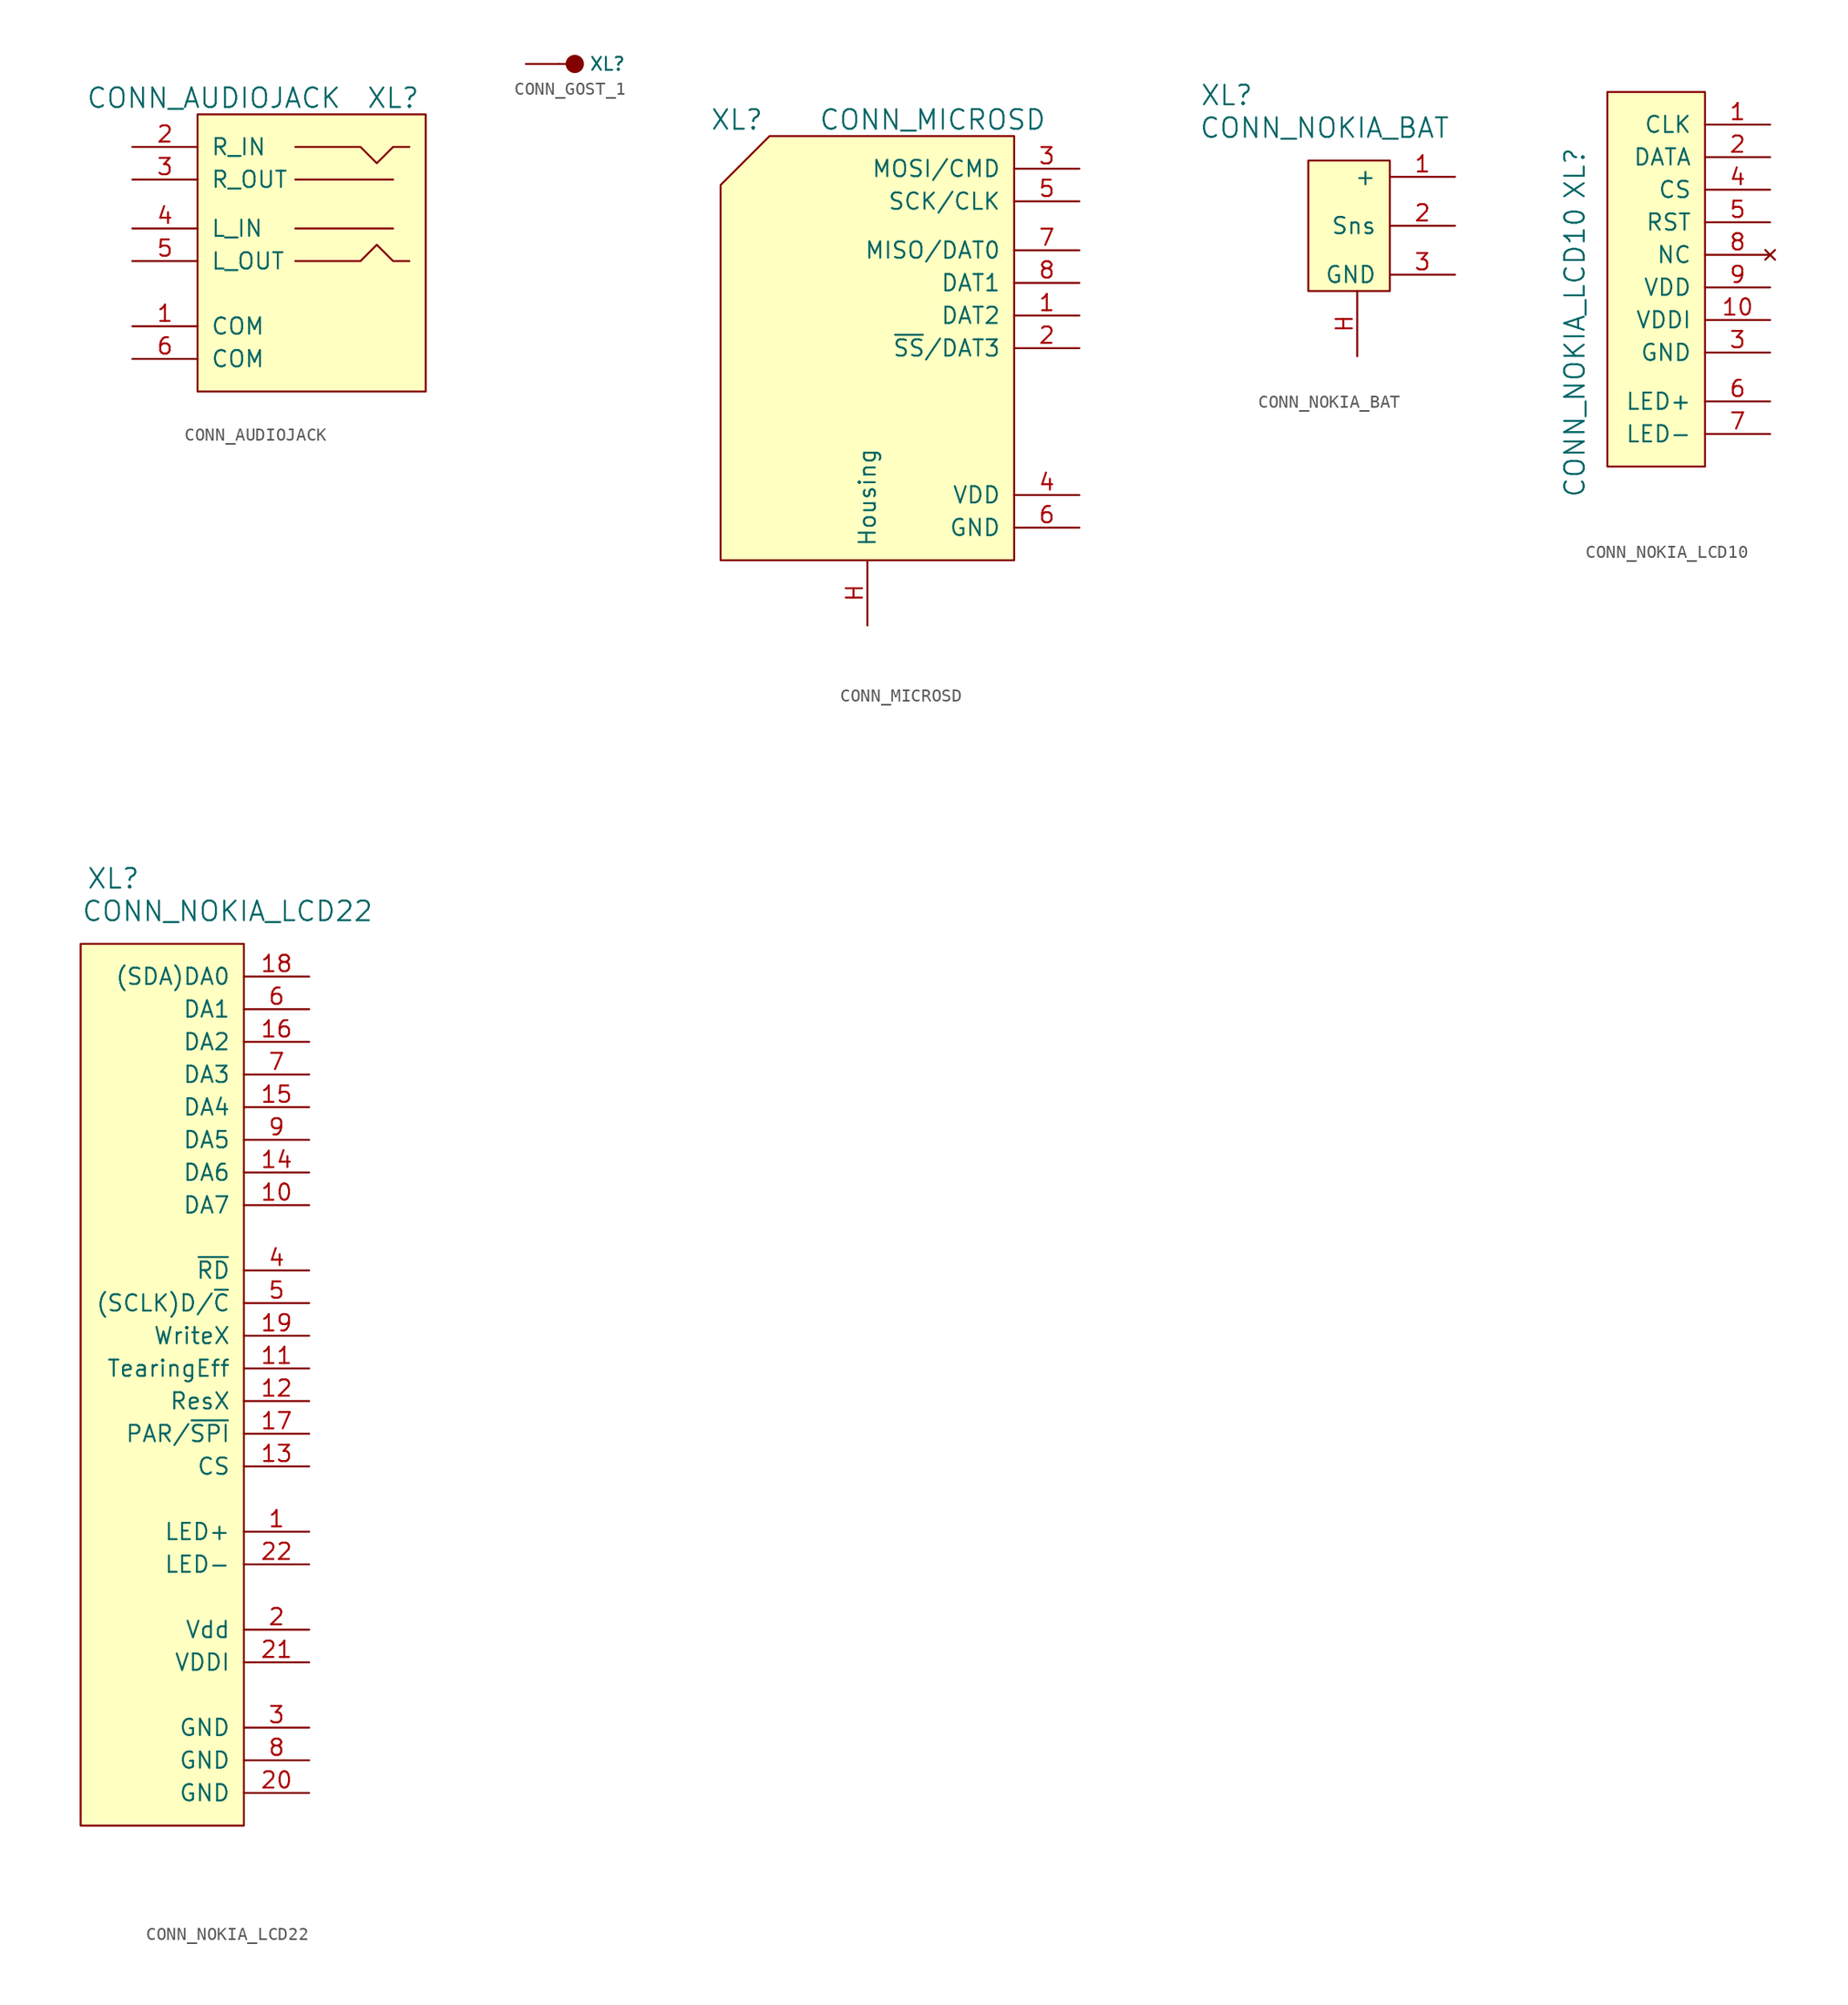
<source format=kicad_sym>
(kicad_symbol_lib
  (version 20201005)
  (generator kicad_symbol_editor)
  (symbol "Connectors_kl:CONN_AUDIOJACK"
    (pin_names
      (offset 1.016))
    (property "Reference" "XL"
      (at 10.16 11.43 0)
      (effects (font (size 1.524 1.524))))
    (property "Value" "CONN_AUDIOJACK"
      (at -3.81 11.43 0)
      (effects (font (size 1.524 1.524))))
    (property "Footprint" ""
      (at 0 0 0)
      (effects (font (size 1.524 1.524))))
    (property "Datasheet" ""
      (at 0 0 0)
      (effects (font (size 1.524 1.524))))
    (symbol "CONN_AUDIOJACK_0_1"
      (rectangle (start -5.08 10.16) (end 12.7 -11.43) (stroke (width 0)) (fill (type background)))
      (polyline (pts (xy 2.54 1.27) (xy 10.16 1.27)) (stroke (width 0)) (fill (type none)))
      (polyline (pts (xy 2.54 5.08) (xy 10.16 5.08)) (stroke (width 0)) (fill (type none)))
      (polyline (pts (xy 10.16 7.62) (xy 11.43 7.62)) (stroke (width 0)) (fill (type none)))
      (polyline (pts (xy 2.54 7.62) (xy 7.62 7.62) (xy 8.89 6.35) (xy 10.16 7.62)) (stroke (width 0)) (fill (type none)))
      (polyline (pts (xy 2.54 -1.27) (xy 7.62 -1.27) (xy 8.89 0) (xy 10.16 -1.27) (xy 11.43 -1.27)) (stroke (width 0)) (fill (type none))))
    (symbol "CONN_AUDIOJACK_1_1"
      (pin passive line (at -10.16 -6.35 0) (length 5.08) (name "COM" (effects (font (size 1.27 1.27)))) (number "1" (effects (font (size 1.27 1.27)))))
      (pin passive line (at -10.16 7.62 0) (length 5.08) (name "R_IN" (effects (font (size 1.27 1.27)))) (number "2" (effects (font (size 1.27 1.27)))))
      (pin passive line (at -10.16 5.08 0) (length 5.08) (name "R_OUT" (effects (font (size 1.27 1.27)))) (number "3" (effects (font (size 1.27 1.27)))))
      (pin passive line (at -10.16 1.27 0) (length 5.08) (name "L_IN" (effects (font (size 1.27 1.27)))) (number "4" (effects (font (size 1.27 1.27)))))
      (pin passive line (at -10.16 -1.27 0) (length 5.08) (name "L_OUT" (effects (font (size 1.27 1.27)))) (number "5" (effects (font (size 1.27 1.27)))))
      (pin passive line (at -10.16 -8.89 0) (length 5.08) (name "COM" (effects (font (size 1.27 1.27)))) (number "6" (effects (font (size 1.27 1.27)))))))
  (symbol "Connectors_kl:CONN_GOST_1"
    (pin_numbers hide)
    (pin_names
      (offset 1.016) hide)
    (property "Reference" "XL"
      (at 2.54 0 0)
      (effects (font (size 1.016 1.016))))
    (symbol "CONN_GOST_1_0_1"
      (circle (center 0 0) (radius 0.635) (stroke (width 0)) (fill (type outline)))
      (polyline (pts (xy -1.27 0) (xy -0.635 0) (xy 0 0)) (stroke (width 0)) (fill (type none))))
    (symbol "CONN_GOST_1_1_1"
      (pin passive line (at -3.81 0 0) (length 2.54) (name "P1" (effects (font (size 1.524 1.524)))) (number "1" (effects (font (size 1.524 1.524)))))))
  (symbol "Connectors_kl:CONN_MICROSD"
    (pin_names
      (offset 1.016))
    (property "Reference" "XL"
      (at -10.16 16.51 0)
      (effects (font (size 1.524 1.524))))
    (property "Value" "CONN_MICROSD"
      (at 5.08 16.51 0)
      (effects (font (size 1.524 1.524))))
    (property "Footprint" ""
      (at 0 0 0)
      (effects (font (size 1.524 1.524))))
    (property "Datasheet" ""
      (at 0 0 0)
      (effects (font (size 1.524 1.524))))
    (symbol "CONN_MICROSD_0_1"
      (polyline (pts (xy 11.43 15.24) (xy 11.43 -17.78) (xy -11.43 -17.78) (xy -11.43 11.43) (xy -7.62 15.24) (xy 11.43 15.24) (xy 11.43 15.24)) (stroke (width 0)) (fill (type background))))
    (symbol "CONN_MICROSD_1_1"
      (pin passive line (at 16.51 1.27 180) (length 5.08) (name "DAT2" (effects (font (size 1.27 1.27)))) (number "1" (effects (font (size 1.27 1.27)))))
      (pin passive line (at 16.51 -1.27 180) (length 5.08) (name "~SS~/DAT3" (effects (font (size 1.27 1.27)))) (number "2" (effects (font (size 1.27 1.27)))))
      (pin passive line (at 16.51 12.7 180) (length 5.08) (name "MOSI/CMD" (effects (font (size 1.27 1.27)))) (number "3" (effects (font (size 1.27 1.27)))))
      (pin power_in line (at 16.51 -12.7 180) (length 5.08) (name "VDD" (effects (font (size 1.27 1.27)))) (number "4" (effects (font (size 1.27 1.27)))))
      (pin passive line (at 16.51 10.16 180) (length 5.08) (name "SCK/CLK" (effects (font (size 1.27 1.27)))) (number "5" (effects (font (size 1.27 1.27)))))
      (pin power_in line (at 16.51 -15.24 180) (length 5.08) (name "GND" (effects (font (size 1.27 1.27)))) (number "6" (effects (font (size 1.27 1.27)))))
      (pin passive line (at 16.51 6.35 180) (length 5.08) (name "MISO/DAT0" (effects (font (size 1.27 1.27)))) (number "7" (effects (font (size 1.27 1.27)))))
      (pin passive line (at 16.51 3.81 180) (length 5.08) (name "DAT1" (effects (font (size 1.27 1.27)))) (number "8" (effects (font (size 1.27 1.27)))))
      (pin passive line (at 0 -22.86 90) (length 5.08) (name "Housing" (effects (font (size 1.27 1.27)))) (number "H" (effects (font (size 1.27 1.27)))))))
  (symbol "Connectors_kl:CONN_NOKIA_BAT"
    (pin_names
      (offset 1.016))
    (property "Reference" "XL"
      (at -10.16 10.16 0)
      (effects (font (size 1.524 1.524))))
    (property "Value" "CONN_NOKIA_BAT"
      (at -2.54 7.62 0)
      (effects (font (size 1.524 1.524))))
    (symbol "CONN_NOKIA_BAT_0_1"
      (rectangle (start 2.54 5.08) (end -3.81 -5.08) (stroke (width 0)) (fill (type background))))
    (symbol "CONN_NOKIA_BAT_1_1"
      (pin power_out line (at 7.62 3.81 180) (length 5.08) (name "+" (effects (font (size 1.27 1.27)))) (number "1" (effects (font (size 1.27 1.27)))))
      (pin passive line (at 7.62 0 180) (length 5.08) (name "Sns" (effects (font (size 1.27 1.27)))) (number "2" (effects (font (size 1.27 1.27)))))
      (pin power_out line (at 7.62 -3.81 180) (length 5.08) (name "GND" (effects (font (size 1.27 1.27)))) (number "3" (effects (font (size 1.27 1.27)))))
      (pin passive line (at 0 -10.16 90) (length 5.08) (name "~" (effects (font (size 1.27 1.27)))) (number "H" (effects (font (size 1.27 1.27)))))))
  (symbol "Connectors_kl:CONN_NOKIA_LCD10"
    (pin_names
      (offset 1.016))
    (property "Reference" "XL"
      (at -7.62 5.08 90)
      (effects (font (size 1.524 1.524))))
    (property "Value" "CONN_NOKIA_LCD10"
      (at -7.62 -8.89 90)
      (effects (font (size 1.524 1.524))))
    (property "Footprint" ""
      (at 0 0 0)
      (effects (font (size 1.524 1.524))))
    (property "Datasheet" ""
      (at 0 0 0)
      (effects (font (size 1.524 1.524))))
    (symbol "CONN_NOKIA_LCD10_0_1"
      (rectangle (start 2.54 11.43) (end -5.08 -17.78) (stroke (width 0)) (fill (type background))))
    (symbol "CONN_NOKIA_LCD10_1_1"
      (pin passive line (at 7.62 8.89 180) (length 5.08) (name "CLK" (effects (font (size 1.27 1.27)))) (number "1" (effects (font (size 1.27 1.27)))))
      (pin power_in line (at 7.62 -6.35 180) (length 5.08) (name "VDDI" (effects (font (size 1.27 1.27)))) (number "10" (effects (font (size 1.27 1.27)))))
      (pin passive line (at 7.62 6.35 180) (length 5.08) (name "DATA" (effects (font (size 1.27 1.27)))) (number "2" (effects (font (size 1.27 1.27)))))
      (pin power_in line (at 7.62 -8.89 180) (length 5.08) (name "GND" (effects (font (size 1.27 1.27)))) (number "3" (effects (font (size 1.27 1.27)))))
      (pin passive line (at 7.62 3.81 180) (length 5.08) (name "CS" (effects (font (size 1.27 1.27)))) (number "4" (effects (font (size 1.27 1.27)))))
      (pin passive line (at 7.62 1.27 180) (length 5.08) (name "RST" (effects (font (size 1.27 1.27)))) (number "5" (effects (font (size 1.27 1.27)))))
      (pin passive line (at 7.62 -12.7 180) (length 5.08) (name "LED+" (effects (font (size 1.27 1.27)))) (number "6" (effects (font (size 1.27 1.27)))))
      (pin passive line (at 7.62 -15.24 180) (length 5.08) (name "LED-" (effects (font (size 1.27 1.27)))) (number "7" (effects (font (size 1.27 1.27)))))
      (pin no_connect line (at 7.62 -1.27 180) (length 5.08) (name "NC" (effects (font (size 1.27 1.27)))) (number "8" (effects (font (size 1.27 1.27)))))
      (pin power_in line (at 7.62 -3.81 180) (length 5.08) (name "VDD" (effects (font (size 1.27 1.27)))) (number "9" (effects (font (size 1.27 1.27)))))))
  (symbol "Connectors_kl:CONN_NOKIA_LCD22"
    (pin_names
      (offset 1.016))
    (property "Reference" "XL"
      (at -6.35 33.02 0)
      (effects (font (size 1.524 1.524))))
    (property "Value" "CONN_NOKIA_LCD22"
      (at 2.54 30.48 0)
      (effects (font (size 1.524 1.524))))
    (property "Footprint" ""
      (at 0 0 0)
      (effects (font (size 1.524 1.524))))
    (property "Datasheet" ""
      (at 0 0 0)
      (effects (font (size 1.524 1.524))))
    (symbol "CONN_NOKIA_LCD22_0_1"
      (rectangle (start 3.81 27.94) (end -8.89 -40.64) (stroke (width 0)) (fill (type background))))
    (symbol "CONN_NOKIA_LCD22_1_1"
      (pin power_in line (at 8.89 -17.78 180) (length 5.08) (name "LED+" (effects (font (size 1.27 1.27)))) (number "1" (effects (font (size 1.27 1.27)))))
      (pin passive line (at 8.89 7.62 180) (length 5.08) (name "DA7" (effects (font (size 1.27 1.27)))) (number "10" (effects (font (size 1.27 1.27)))))
      (pin passive line (at 8.89 -5.08 180) (length 5.08) (name "TearingEff" (effects (font (size 1.27 1.27)))) (number "11" (effects (font (size 1.27 1.27)))))
      (pin passive line (at 8.89 -7.62 180) (length 5.08) (name "ResX" (effects (font (size 1.27 1.27)))) (number "12" (effects (font (size 1.27 1.27)))))
      (pin power_in line (at 8.89 -12.7 180) (length 5.08) (name "CS" (effects (font (size 1.27 1.27)))) (number "13" (effects (font (size 1.27 1.27)))))
      (pin passive line (at 8.89 10.16 180) (length 5.08) (name "DA6" (effects (font (size 1.27 1.27)))) (number "14" (effects (font (size 1.27 1.27)))))
      (pin passive line (at 8.89 15.24 180) (length 5.08) (name "DA4" (effects (font (size 1.27 1.27)))) (number "15" (effects (font (size 1.27 1.27)))))
      (pin passive line (at 8.89 20.32 180) (length 5.08) (name "DA2" (effects (font (size 1.27 1.27)))) (number "16" (effects (font (size 1.27 1.27)))))
      (pin passive line (at 8.89 -10.16 180) (length 5.08) (name "PAR/~SPI" (effects (font (size 1.27 1.27)))) (number "17" (effects (font (size 1.27 1.27)))))
      (pin passive line (at 8.89 25.4 180) (length 5.08) (name "(SDA)DA0" (effects (font (size 1.27 1.27)))) (number "18" (effects (font (size 1.27 1.27)))))
      (pin passive line (at 8.89 -2.54 180) (length 5.08) (name "WriteX" (effects (font (size 1.27 1.27)))) (number "19" (effects (font (size 1.27 1.27)))))
      (pin power_in line (at 8.89 -25.4 180) (length 5.08) (name "Vdd" (effects (font (size 1.27 1.27)))) (number "2" (effects (font (size 1.27 1.27)))))
      (pin power_in line (at 8.89 -38.1 180) (length 5.08) (name "GND" (effects (font (size 1.27 1.27)))) (number "20" (effects (font (size 1.27 1.27)))))
      (pin power_in line (at 8.89 -27.94 180) (length 5.08) (name "VDDI" (effects (font (size 1.27 1.27)))) (number "21" (effects (font (size 1.27 1.27)))))
      (pin power_in line (at 8.89 -20.32 180) (length 5.08) (name "LED-" (effects (font (size 1.27 1.27)))) (number "22" (effects (font (size 1.27 1.27)))))
      (pin power_in line (at 8.89 -33.02 180) (length 5.08) (name "GND" (effects (font (size 1.27 1.27)))) (number "3" (effects (font (size 1.27 1.27)))))
      (pin passive line (at 8.89 2.54 180) (length 5.08) (name "~RD" (effects (font (size 1.27 1.27)))) (number "4" (effects (font (size 1.27 1.27)))))
      (pin passive line (at 8.89 0 180) (length 5.08) (name "(SCLK)D/~C" (effects (font (size 1.27 1.27)))) (number "5" (effects (font (size 1.27 1.27)))))
      (pin passive line (at 8.89 22.86 180) (length 5.08) (name "DA1" (effects (font (size 1.27 1.27)))) (number "6" (effects (font (size 1.27 1.27)))))
      (pin passive line (at 8.89 17.78 180) (length 5.08) (name "DA3" (effects (font (size 1.27 1.27)))) (number "7" (effects (font (size 1.27 1.27)))))
      (pin power_in line (at 8.89 -35.56 180) (length 5.08) (name "GND" (effects (font (size 1.27 1.27)))) (number "8" (effects (font (size 1.27 1.27)))))
      (pin passive line (at 8.89 12.7 180) (length 5.08) (name "DA5" (effects (font (size 1.27 1.27)))) (number "9" (effects (font (size 1.27 1.27))))))))
</source>
